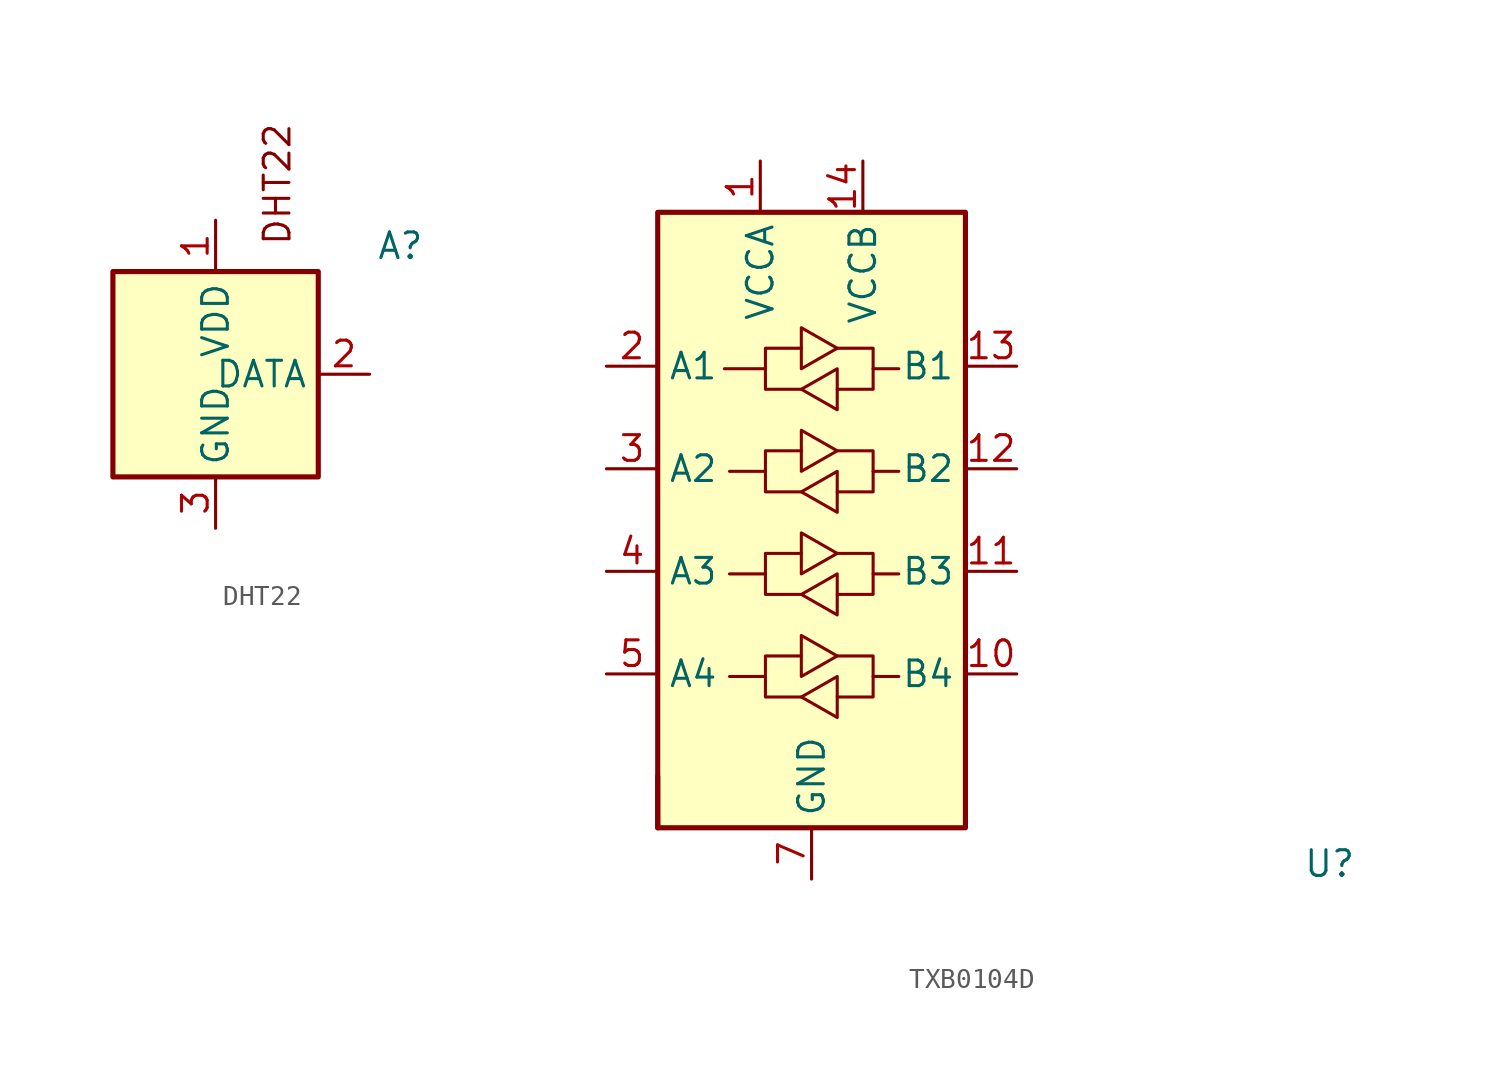
<source format=kicad_sym>
(kicad_symbol_lib
  (version 20231120)
  (generator "kicad_symbol_editor")
  (generator_version "8.0")
  (symbol "DHT22"
    (property "Reference" "A"
      (at 9.144 6.35 0)
      (effects (font (size 1.27 1.27))))
    (property "Value" ""
      (at 0 0 0)
      (effects (font (size 1.27 1.27))))
    (symbol "DHT22_0_1"
      (rectangle (start -5.08 5.08) (end 5.08 -5.08) (stroke (width 0.254) (type default)) (fill (type background))))
    (symbol "DHT22_1_1"
      (text "DHT22\n" (at 3.048 9.398 900) (effects (font (size 1.27 1.27))))
      (pin power_in line (at 0 7.62 270) (length 2.54) (name "VDD" (effects (font (size 1.27 1.27)))) (number "1" (effects (font (size 1.27 1.27)))))
      (pin bidirectional line (at 7.62 0 180) (length 2.54) (name "DATA" (effects (font (size 1.27 1.27)))) (number "2" (effects (font (size 1.27 1.27)))))
      (pin power_in line (at 0 -7.62 90) (length 2.54) (name "GND" (effects (font (size 1.27 1.27)))) (number "3" (effects (font (size 1.27 1.27)))))
      (pin no_connect line (at -5.08 0 0) (length 2.54) hide (name "NC" (effects (font (size 1.27 1.27)))) (number "3" (effects (font (size 1.27 1.27)))))))
  (symbol "TXB0104D"
    (property "Reference" "U"
      (at 25.654 -17.018 0)
      (effects (font (size 1.27 1.27))))
    (property "Value" ""
      (at 0 0 0)
      (effects (font (size 1.27 1.27))))
    (symbol "TXB0104D_0_1"
      (rectangle (start -7.62 -15.24) (end -7.62 -12.7) (stroke (width 0.254) (type default)) (fill (type none)))
      (rectangle (start -7.62 15.24) (end 7.62 -15.24) (stroke (width 0.254) (type default)) (fill (type background)))
      (polyline (pts (xy -2.286 -7.747) (xy -2.286 -6.731) (xy -0.508 -6.731)) (stroke (width 0) (type default)) (fill (type none)))
      (polyline (pts (xy -2.286 -2.667) (xy -2.286 -1.651) (xy -0.508 -1.651)) (stroke (width 0) (type default)) (fill (type none)))
      (polyline (pts (xy -2.286 2.413) (xy -2.286 3.429) (xy -0.508 3.429)) (stroke (width 0) (type default)) (fill (type none)))
      (polyline (pts (xy -2.286 7.493) (xy -2.286 8.509) (xy -0.508 8.509)) (stroke (width 0) (type default)) (fill (type none)))
      (polyline (pts (xy 3.048 -7.747) (xy 3.048 -8.763) (xy 1.27 -8.763)) (stroke (width 0) (type default)) (fill (type none)))
      (polyline (pts (xy 3.048 -2.667) (xy 3.048 -3.683) (xy 1.27 -3.683)) (stroke (width 0) (type default)) (fill (type none)))
      (polyline (pts (xy 3.048 2.413) (xy 3.048 1.397) (xy 1.27 1.397)) (stroke (width 0) (type default)) (fill (type none)))
      (polyline (pts (xy 3.048 7.493) (xy 3.048 6.477) (xy 1.27 6.477)) (stroke (width 0) (type default)) (fill (type none)))
      (polyline (pts (xy -0.508 -8.763) (xy -2.286 -8.763) (xy -2.286 -7.747) (xy -4.064 -7.747)) (stroke (width 0) (type default)) (fill (type none)))
      (polyline (pts (xy -0.508 -8.763) (xy 1.27 -7.747) (xy 1.27 -9.779) (xy -0.508 -8.763)) (stroke (width 0) (type default)) (fill (type none)))
      (polyline (pts (xy -0.508 -3.683) (xy -2.286 -3.683) (xy -2.286 -2.667) (xy -4.064 -2.667)) (stroke (width 0) (type default)) (fill (type none)))
      (polyline (pts (xy -0.508 -3.683) (xy 1.27 -2.667) (xy 1.27 -4.699) (xy -0.508 -3.683)) (stroke (width 0) (type default)) (fill (type none)))
      (polyline (pts (xy -0.508 1.397) (xy -2.286 1.397) (xy -2.286 2.413) (xy -4.064 2.413)) (stroke (width 0) (type default)) (fill (type none)))
      (polyline (pts (xy -0.508 1.397) (xy 1.27 2.413) (xy 1.27 0.381) (xy -0.508 1.397)) (stroke (width 0) (type default)) (fill (type none)))
      (polyline (pts (xy -0.508 6.477) (xy -2.286 6.477) (xy -2.286 7.493) (xy -4.318 7.493)) (stroke (width 0) (type default)) (fill (type none)))
      (polyline (pts (xy -0.508 6.477) (xy 1.27 7.493) (xy 1.27 5.461) (xy -0.508 6.477)) (stroke (width 0) (type default)) (fill (type none)))
      (polyline (pts (xy 1.27 -6.731) (xy -0.508 -7.747) (xy -0.508 -5.715) (xy 1.27 -6.731)) (stroke (width 0) (type default)) (fill (type none)))
      (polyline (pts (xy 1.27 -6.731) (xy 3.048 -6.731) (xy 3.048 -7.747) (xy 4.318 -7.747)) (stroke (width 0) (type default)) (fill (type none)))
      (polyline (pts (xy 1.27 -1.651) (xy -0.508 -2.667) (xy -0.508 -0.635) (xy 1.27 -1.651)) (stroke (width 0) (type default)) (fill (type none)))
      (polyline (pts (xy 1.27 -1.651) (xy 3.048 -1.651) (xy 3.048 -2.667) (xy 4.318 -2.667)) (stroke (width 0) (type default)) (fill (type none)))
      (polyline (pts (xy 1.27 3.429) (xy -0.508 2.413) (xy -0.508 4.445) (xy 1.27 3.429)) (stroke (width 0) (type default)) (fill (type none)))
      (polyline (pts (xy 1.27 3.429) (xy 3.048 3.429) (xy 3.048 2.413) (xy 4.318 2.413)) (stroke (width 0) (type default)) (fill (type none)))
      (polyline (pts (xy 1.27 8.509) (xy -0.508 7.493) (xy -0.508 9.525) (xy 1.27 8.509)) (stroke (width 0) (type default)) (fill (type none)))
      (polyline (pts (xy 1.27 8.509) (xy 3.048 8.509) (xy 3.048 7.493) (xy 4.318 7.493)) (stroke (width 0) (type default)) (fill (type none))))
    (symbol "TXB0104D_1_1"
      (pin power_in line (at -2.54 17.78 270) (length 2.54) (name "VCCA" (effects (font (size 1.27 1.27)))) (number "1" (effects (font (size 1.27 1.27)))))
      (pin bidirectional line (at 10.16 -7.62 180) (length 2.54) (name "B4" (effects (font (size 1.27 1.27)))) (number "10" (effects (font (size 1.27 1.27)))))
      (pin bidirectional line (at 10.16 -2.54 180) (length 2.54) (name "B3" (effects (font (size 1.27 1.27)))) (number "11" (effects (font (size 1.27 1.27)))))
      (pin bidirectional line (at 10.16 2.54 180) (length 2.54) (name "B2" (effects (font (size 1.27 1.27)))) (number "12" (effects (font (size 1.27 1.27)))))
      (pin bidirectional line (at 10.16 7.62 180) (length 2.54) (name "B1" (effects (font (size 1.27 1.27)))) (number "13" (effects (font (size 1.27 1.27)))))
      (pin power_in line (at 2.54 17.78 270) (length 2.54) (name "VCCB" (effects (font (size 1.27 1.27)))) (number "14" (effects (font (size 1.27 1.27)))))
      (pin bidirectional line (at -10.16 7.62 0) (length 2.54) (name "A1" (effects (font (size 1.27 1.27)))) (number "2" (effects (font (size 1.27 1.27)))))
      (pin bidirectional line (at -10.16 2.54 0) (length 2.54) (name "A2" (effects (font (size 1.27 1.27)))) (number "3" (effects (font (size 1.27 1.27)))))
      (pin bidirectional line (at -10.16 -2.54 0) (length 2.54) (name "A3" (effects (font (size 1.27 1.27)))) (number "4" (effects (font (size 1.27 1.27)))))
      (pin bidirectional line (at -10.16 -7.62 0) (length 2.54) (name "A4" (effects (font (size 1.27 1.27)))) (number "5" (effects (font (size 1.27 1.27)))))
      (pin no_connect line (at -7.62 -12.7 0) (length 2.54) hide (name "NC" (effects (font (size 1.27 1.27)))) (number "6" (effects (font (size 1.27 1.27)))))
      (pin power_in line (at 0 -17.78 90) (length 2.54) (name "GND" (effects (font (size 1.27 1.27)))) (number "7" (effects (font (size 1.27 1.27)))))
      (pin no_connect line (at 7.62 -12.7 180) (length 2.54) hide (name "NC" (effects (font (size 1.27 1.27)))) (number "9" (effects (font (size 1.27 1.27))))))))
</source>
